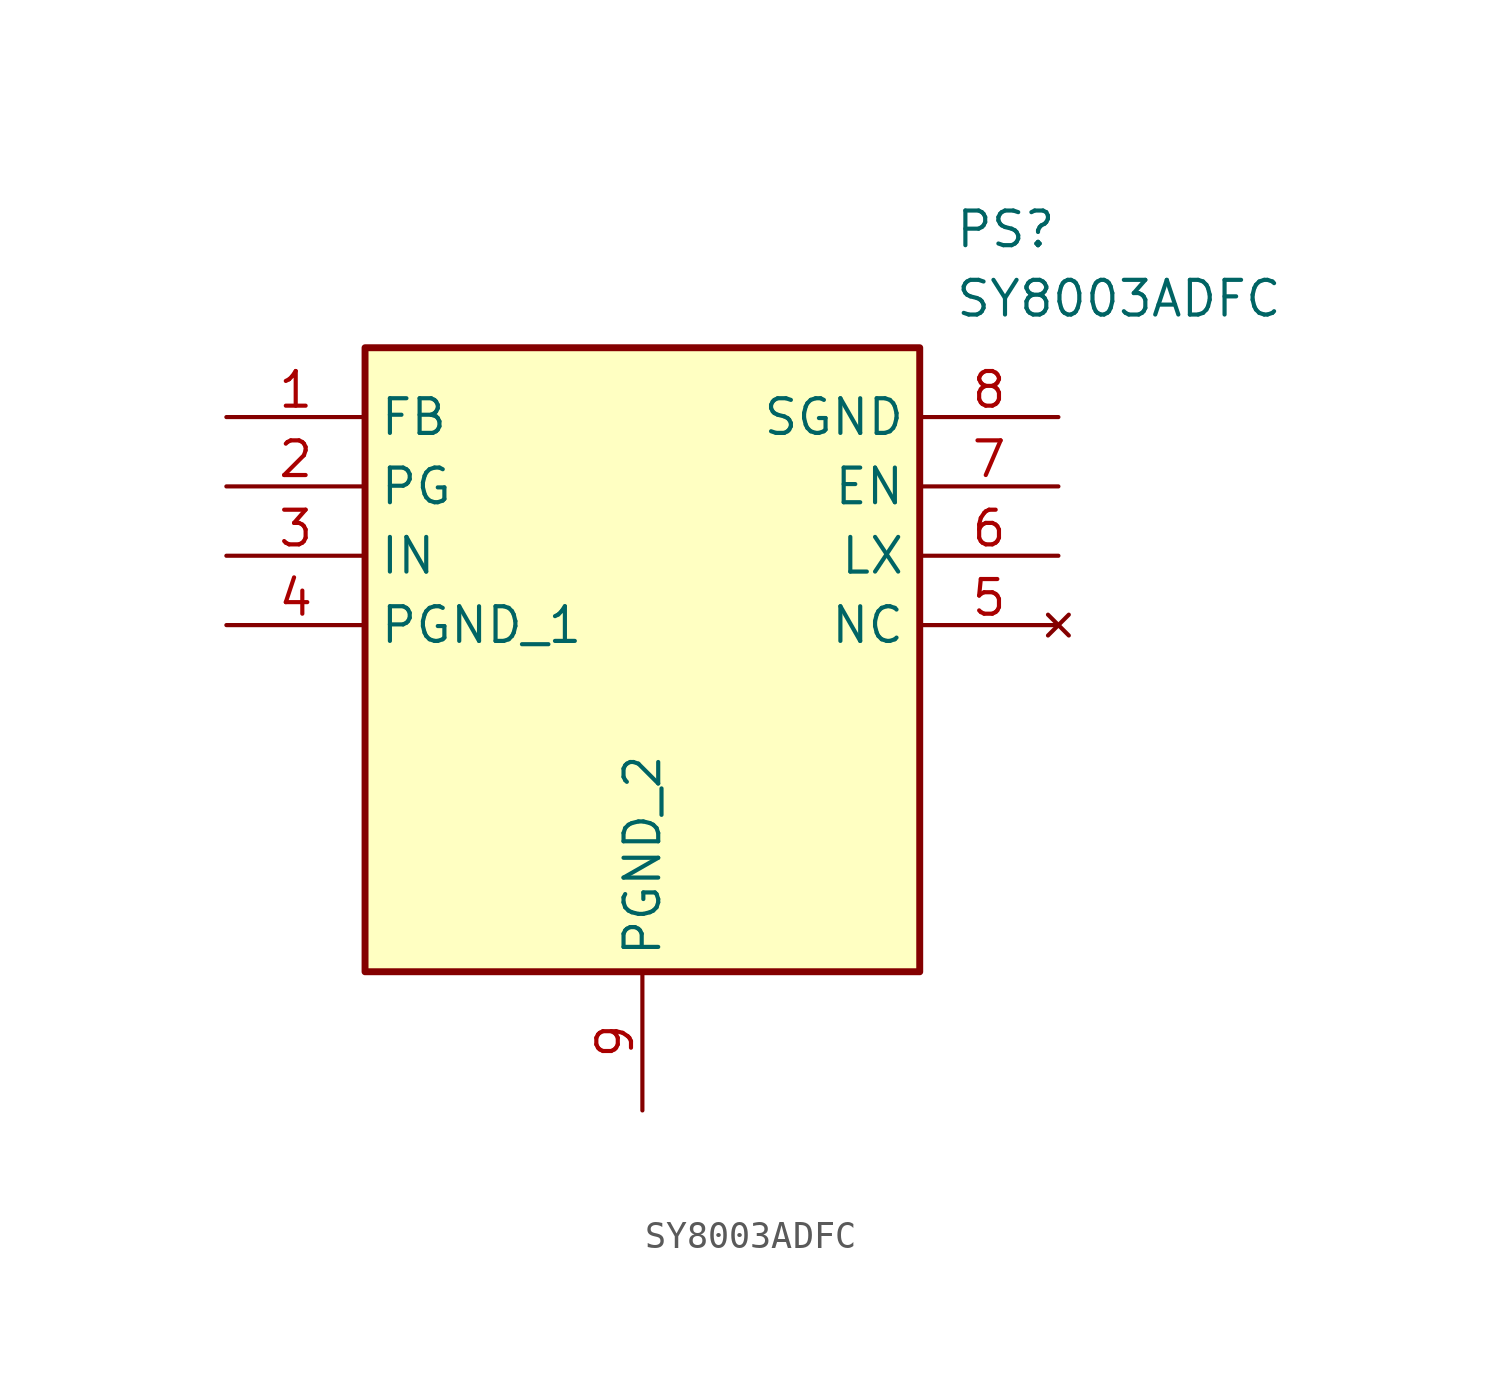
<source format=kicad_sym>
(kicad_symbol_lib
  (version 20211014)
  (generator SamacSys_ECAD_Model)
  (symbol "SY8003ADFC"
    (property "Reference" "PS"
      (at 26.67 7.62 0)
      (effects (font (size 1.27 1.27)) (justify left top)))
    (property "Value" "SY8003ADFC"
      (at 26.67 5.08 0)
      (effects (font (size 1.27 1.27)) (justify left top)))
    (rectangle
      (start 5.08 2.54)
      (end 25.4 -20.32)
      (stroke (width 0.254) (type default))
      (fill (type background)))
    (pin passive line
      (at 0 0 0)
      (length 5.08)
      (name "FB" (effects (font (size 1.27 1.27))))
      (number "1" (effects (font (size 1.27 1.27)))))
    (pin passive line
      (at 0 -2.54 0)
      (length 5.08)
      (name "PG" (effects (font (size 1.27 1.27))))
      (number "2" (effects (font (size 1.27 1.27)))))
    (pin passive line
      (at 0 -5.08 0)
      (length 5.08)
      (name "IN" (effects (font (size 1.27 1.27))))
      (number "3" (effects (font (size 1.27 1.27)))))
    (pin passive line
      (at 0 -7.62 0)
      (length 5.08)
      (name "PGND_1" (effects (font (size 1.27 1.27))))
      (number "4" (effects (font (size 1.27 1.27)))))
    (pin passive line
      (at 15.24 -25.4 90)
      (length 5.08)
      (name "PGND_2" (effects (font (size 1.27 1.27))))
      (number "9" (effects (font (size 1.27 1.27)))))
    (pin passive line
      (at 30.48 0 180)
      (length 5.08)
      (name "SGND" (effects (font (size 1.27 1.27))))
      (number "8" (effects (font (size 1.27 1.27)))))
    (pin passive line
      (at 30.48 -2.54 180)
      (length 5.08)
      (name "EN" (effects (font (size 1.27 1.27))))
      (number "7" (effects (font (size 1.27 1.27)))))
    (pin passive line
      (at 30.48 -5.08 180)
      (length 5.08)
      (name "LX" (effects (font (size 1.27 1.27))))
      (number "6" (effects (font (size 1.27 1.27)))))
    (pin no_connect line
      (at 30.48 -7.62 180)
      (length 5.08)
      (name "NC" (effects (font (size 1.27 1.27))))
      (number "5" (effects (font (size 1.27 1.27)))))))
</source>
